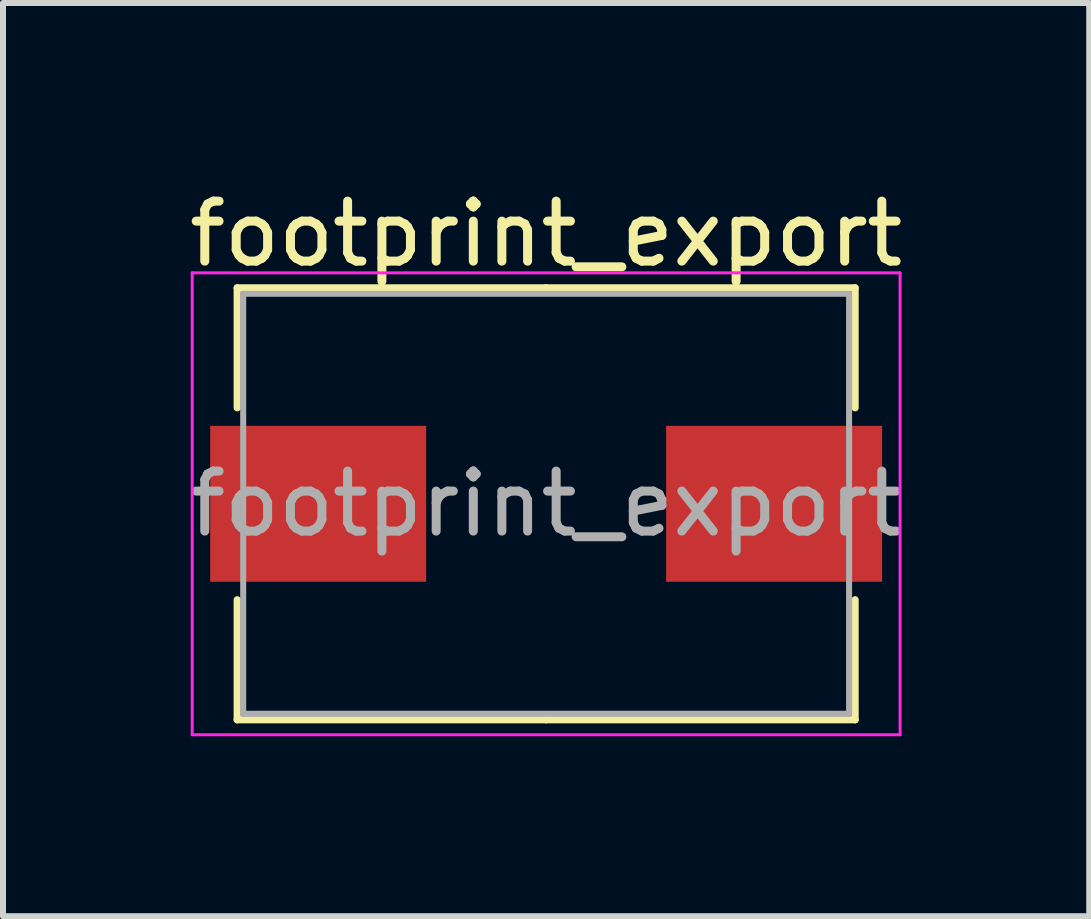
<source format=kicad_pcb>
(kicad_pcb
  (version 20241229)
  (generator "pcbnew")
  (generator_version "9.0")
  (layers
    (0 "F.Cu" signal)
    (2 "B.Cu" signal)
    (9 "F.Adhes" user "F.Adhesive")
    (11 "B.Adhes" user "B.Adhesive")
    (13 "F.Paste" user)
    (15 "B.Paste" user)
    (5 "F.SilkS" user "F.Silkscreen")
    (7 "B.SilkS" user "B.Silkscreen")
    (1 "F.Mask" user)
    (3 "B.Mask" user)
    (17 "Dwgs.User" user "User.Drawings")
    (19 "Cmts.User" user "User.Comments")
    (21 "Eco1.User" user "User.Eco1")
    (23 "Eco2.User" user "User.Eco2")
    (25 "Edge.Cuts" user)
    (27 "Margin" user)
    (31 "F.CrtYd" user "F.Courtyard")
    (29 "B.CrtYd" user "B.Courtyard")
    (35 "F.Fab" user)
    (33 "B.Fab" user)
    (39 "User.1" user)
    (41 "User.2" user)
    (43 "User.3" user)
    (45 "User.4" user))
  (footprint "footprint_export"
    (layer "F.Cu")
    (at 6.054 5.348)
    (property "Reference" "footprint_export" (at 0 -4.5 0) (layer "F.SilkS") (effects (font (size 1 1) (thickness 0.15))))
    (attr smd)
    (fp_line (start -5.15 -3.6) (end 0 -3.6) (stroke (width 0.12) (type solid)) (layer "F.SilkS"))
    (fp_line (start -5.15 -1.6) (end -5.15 -3.6) (stroke (width 0.12) (type solid)) (layer "F.SilkS"))
    (fp_line (start -5.15 1.6) (end -5.15 3.6) (stroke (width 0.12) (type solid)) (layer "F.SilkS"))
    (fp_line (start -5.15 3.6) (end 0 3.6) (stroke (width 0.12) (type solid)) (layer "F.SilkS"))
    (fp_line (start 5.15 -3.6) (end 0 -3.6) (stroke (width 0.12) (type solid)) (layer "F.SilkS"))
    (fp_line (start 5.15 -1.6) (end 5.15 -3.6) (stroke (width 0.12) (type solid)) (layer "F.SilkS"))
    (fp_line (start 5.15 1.6) (end 5.15 3.6) (stroke (width 0.12) (type solid)) (layer "F.SilkS"))
    (fp_line (start 5.15 3.6) (end 0 3.6) (stroke (width 0.12) (type solid)) (layer "F.SilkS"))
    (fp_line (start -5.9 -3.85) (end -5.9 3.85) (stroke (width 0.05) (type solid)) (layer "F.CrtYd"))
    (fp_line (start -5.9 3.85) (end 5.9 3.85) (stroke (width 0.05) (type solid)) (layer "F.CrtYd"))
    (fp_line (start 5.9 -3.85) (end -5.9 -3.85) (stroke (width 0.05) (type solid)) (layer "F.CrtYd"))
    (fp_line (start 5.9 3.85) (end 5.9 -3.85) (stroke (width 0.05) (type solid)) (layer "F.CrtYd"))
    (fp_line (start -5.05 -3.5) (end -5.05 3.5) (stroke (width 0.1) (type solid)) (layer "F.Fab"))
    (fp_line (start -5.05 3.5) (end 5.05 3.5) (stroke (width 0.1) (type solid)) (layer "F.Fab"))
    (fp_line (start 5.05 -3.5) (end -5.05 -3.5) (stroke (width 0.1) (type solid)) (layer "F.Fab"))
    (fp_line (start 5.05 3.5) (end 5.05 -3.5) (stroke (width 0.1) (type solid)) (layer "F.Fab"))
    (fp_text user "${REFERENCE}" (at 0 0 0) (layer "F.Fab") (effects (font (size 1 1) (thickness 0.15))))
    (pad "1" smd rect (at -3.8 0) (size 3.6 2.6) (layers "F.Cu" "F.Mask" "F.Paste"))
    (pad "2" smd rect (at 3.8 0) (size 3.6 2.6) (layers "F.Cu" "F.Mask" "F.Paste")))
  (gr_rect
    (start -3 -3)
    (end 15.107 12.223)
    (stroke (width 0.1) (type default))
    (fill no)
    (layer "Edge.Cuts")))
</source>
